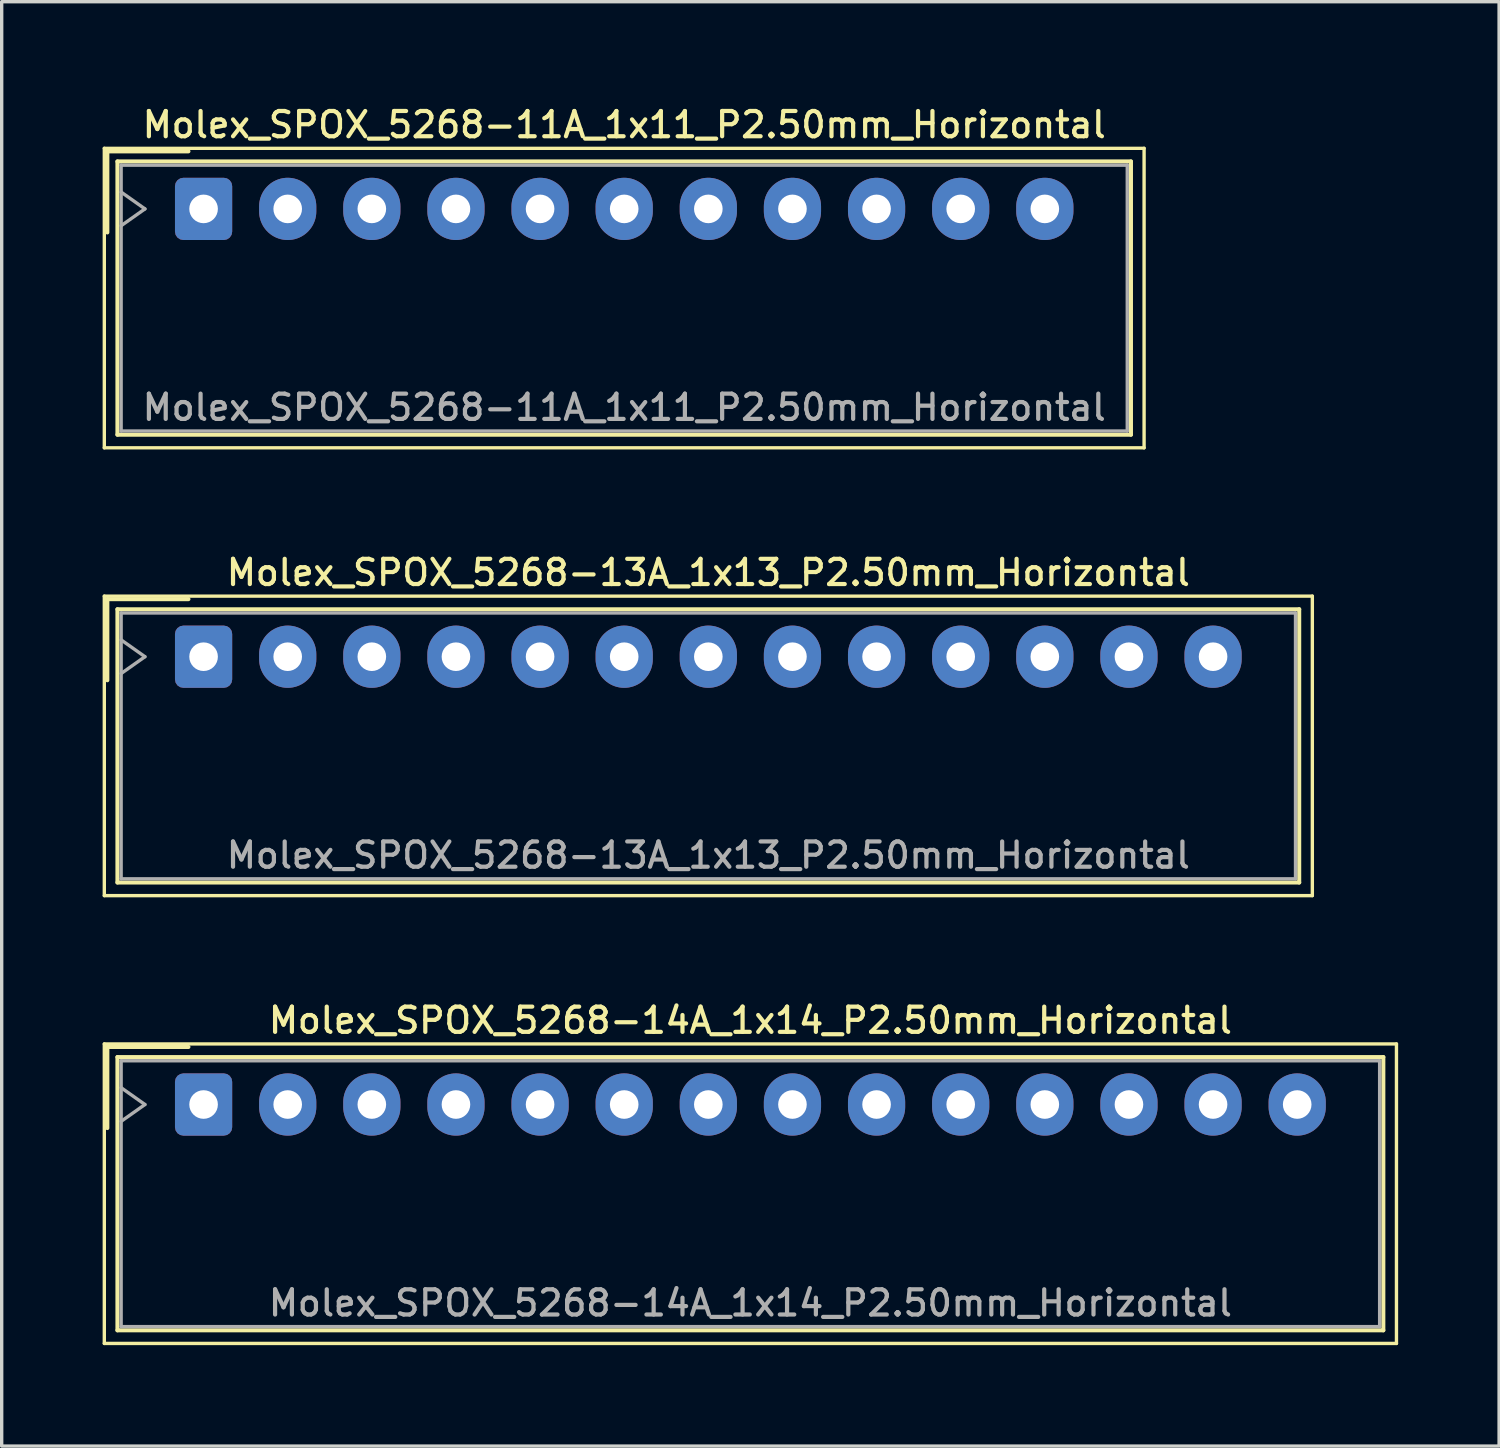
<source format=kicad_pcb>
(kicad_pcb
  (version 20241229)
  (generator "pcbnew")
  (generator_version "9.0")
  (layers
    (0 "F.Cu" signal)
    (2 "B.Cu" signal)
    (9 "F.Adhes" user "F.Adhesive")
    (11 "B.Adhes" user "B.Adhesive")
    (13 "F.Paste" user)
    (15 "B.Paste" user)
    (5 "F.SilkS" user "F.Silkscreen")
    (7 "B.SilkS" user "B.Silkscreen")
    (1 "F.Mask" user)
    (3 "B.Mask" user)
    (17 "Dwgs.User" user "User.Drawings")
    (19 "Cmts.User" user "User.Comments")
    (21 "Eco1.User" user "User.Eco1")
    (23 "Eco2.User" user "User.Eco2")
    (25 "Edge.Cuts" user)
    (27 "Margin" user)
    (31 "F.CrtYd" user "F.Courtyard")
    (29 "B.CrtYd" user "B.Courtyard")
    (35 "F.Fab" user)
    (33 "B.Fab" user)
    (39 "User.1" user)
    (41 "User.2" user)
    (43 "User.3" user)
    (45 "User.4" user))
  (footprint "Molex_SPOX_5268-11A_1x11_P2.50mm_Horizontal"
    (layer "F.Cu")
    (at 3 3.158)
    (property "Reference" "Molex_SPOX_5268-11A_1x11_P2.50mm_Horizontal" (at 12.5 -2.5 0) (layer "F.SilkS") (effects (font (size 0.75 0.75) (thickness 0.125))))
    (attr through_hole)
    (fp_line (start -2.95 -1.8) (end -2.95 7.1) (stroke (width 0.1) (type solid)) (layer "F.SilkS"))
    (fp_line (start -2.95 7.1) (end 27.95 7.1) (stroke (width 0.1) (type solid)) (layer "F.SilkS"))
    (fp_line (start -2.86 -1.71) (end -0.45 -1.71) (stroke (width 0.12) (type solid)) (layer "F.SilkS"))
    (fp_line (start -2.86 0.7) (end -2.86 -1.71) (stroke (width 0.12) (type solid)) (layer "F.SilkS"))
    (fp_line (start -2.56 -1.41) (end -2.56 6.71) (stroke (width 0.12) (type solid)) (layer "F.SilkS"))
    (fp_line (start -2.56 6.71) (end 27.56 6.71) (stroke (width 0.12) (type solid)) (layer "F.SilkS"))
    (fp_line (start 27.56 -1.41) (end -2.56 -1.41) (stroke (width 0.12) (type solid)) (layer "F.SilkS"))
    (fp_line (start 27.56 6.71) (end 27.56 -1.41) (stroke (width 0.12) (type solid)) (layer "F.SilkS"))
    (fp_line (start 27.95 -1.8) (end -2.95 -1.8) (stroke (width 0.1) (type solid)) (layer "F.SilkS"))
    (fp_line (start 27.95 7.1) (end 27.95 -1.8) (stroke (width 0.1) (type solid)) (layer "F.SilkS"))
    (fp_line (start -2.45 -1.3) (end -2.45 6.6) (stroke (width 0.1) (type solid)) (layer "F.Fab"))
    (fp_line (start -2.45 0.5) (end -1.743 0) (stroke (width 0.1) (type solid)) (layer "F.Fab"))
    (fp_line (start -2.45 6.6) (end 27.45 6.6) (stroke (width 0.1) (type solid)) (layer "F.Fab"))
    (fp_line (start -1.743 0) (end -2.45 -0.5) (stroke (width 0.1) (type solid)) (layer "F.Fab"))
    (fp_line (start 27.45 -1.3) (end -2.45 -1.3) (stroke (width 0.1) (type solid)) (layer "F.Fab"))
    (fp_line (start 27.45 6.6) (end 27.45 -1.3) (stroke (width 0.1) (type solid)) (layer "F.Fab"))
    (fp_text user "${REFERENCE}" (at 12.5 5.9 0) (layer "F.Fab") (effects (font (size 0.75 0.75) (thickness 0.125))))
    (pad "1" thru_hole roundrect (at 0 0) (size 1.7 1.85) (drill 0.85) (layers "*.Cu" "*.Mask") (roundrect_rratio 0.147))
    (pad "2" thru_hole oval (at 2.5 0) (size 1.7 1.85) (drill 0.85) (layers "*.Cu" "*.Mask"))
    (pad "3" thru_hole oval (at 5 0) (size 1.7 1.85) (drill 0.85) (layers "*.Cu" "*.Mask"))
    (pad "4" thru_hole oval (at 7.5 0) (size 1.7 1.85) (drill 0.85) (layers "*.Cu" "*.Mask"))
    (pad "5" thru_hole oval (at 10 0) (size 1.7 1.85) (drill 0.85) (layers "*.Cu" "*.Mask"))
    (pad "6" thru_hole oval (at 12.5 0) (size 1.7 1.85) (drill 0.85) (layers "*.Cu" "*.Mask"))
    (pad "7" thru_hole oval (at 15 0) (size 1.7 1.85) (drill 0.85) (layers "*.Cu" "*.Mask"))
    (pad "8" thru_hole oval (at 17.5 0) (size 1.7 1.85) (drill 0.85) (layers "*.Cu" "*.Mask"))
    (pad "9" thru_hole oval (at 20 0) (size 1.7 1.85) (drill 0.85) (layers "*.Cu" "*.Mask"))
    (pad "10" thru_hole oval (at 22.5 0) (size 1.7 1.85) (drill 0.85) (layers "*.Cu" "*.Mask"))
    (pad "11" thru_hole oval (at 25 0) (size 1.7 1.85) (drill 0.85) (layers "*.Cu" "*.Mask")))
  (footprint "Molex_SPOX_5268-13A_1x13_P2.50mm_Horizontal"
    (layer "F.Cu")
    (at 3 16.466)
    (property "Reference" "Molex_SPOX_5268-13A_1x13_P2.50mm_Horizontal" (at 15 -2.5 0) (layer "F.SilkS") (effects (font (size 0.75 0.75) (thickness 0.125))))
    (attr through_hole)
    (fp_line (start -2.95 -1.8) (end -2.95 7.1) (stroke (width 0.1) (type solid)) (layer "F.SilkS"))
    (fp_line (start -2.95 7.1) (end 32.95 7.1) (stroke (width 0.1) (type solid)) (layer "F.SilkS"))
    (fp_line (start -2.86 -1.71) (end -0.45 -1.71) (stroke (width 0.12) (type solid)) (layer "F.SilkS"))
    (fp_line (start -2.86 0.7) (end -2.86 -1.71) (stroke (width 0.12) (type solid)) (layer "F.SilkS"))
    (fp_line (start -2.56 -1.41) (end -2.56 6.71) (stroke (width 0.12) (type solid)) (layer "F.SilkS"))
    (fp_line (start -2.56 6.71) (end 32.56 6.71) (stroke (width 0.12) (type solid)) (layer "F.SilkS"))
    (fp_line (start 32.56 -1.41) (end -2.56 -1.41) (stroke (width 0.12) (type solid)) (layer "F.SilkS"))
    (fp_line (start 32.56 6.71) (end 32.56 -1.41) (stroke (width 0.12) (type solid)) (layer "F.SilkS"))
    (fp_line (start 32.95 -1.8) (end -2.95 -1.8) (stroke (width 0.1) (type solid)) (layer "F.SilkS"))
    (fp_line (start 32.95 7.1) (end 32.95 -1.8) (stroke (width 0.1) (type solid)) (layer "F.SilkS"))
    (fp_line (start -2.45 -1.3) (end -2.45 6.6) (stroke (width 0.1) (type solid)) (layer "F.Fab"))
    (fp_line (start -2.45 0.5) (end -1.743 0) (stroke (width 0.1) (type solid)) (layer "F.Fab"))
    (fp_line (start -2.45 6.6) (end 32.45 6.6) (stroke (width 0.1) (type solid)) (layer "F.Fab"))
    (fp_line (start -1.743 0) (end -2.45 -0.5) (stroke (width 0.1) (type solid)) (layer "F.Fab"))
    (fp_line (start 32.45 -1.3) (end -2.45 -1.3) (stroke (width 0.1) (type solid)) (layer "F.Fab"))
    (fp_line (start 32.45 6.6) (end 32.45 -1.3) (stroke (width 0.1) (type solid)) (layer "F.Fab"))
    (fp_text user "${REFERENCE}" (at 15 5.9 0) (layer "F.Fab") (effects (font (size 0.75 0.75) (thickness 0.125))))
    (pad "1" thru_hole roundrect (at 0 0) (size 1.7 1.85) (drill 0.85) (layers "*.Cu" "*.Mask") (roundrect_rratio 0.147))
    (pad "2" thru_hole oval (at 2.5 0) (size 1.7 1.85) (drill 0.85) (layers "*.Cu" "*.Mask"))
    (pad "3" thru_hole oval (at 5 0) (size 1.7 1.85) (drill 0.85) (layers "*.Cu" "*.Mask"))
    (pad "4" thru_hole oval (at 7.5 0) (size 1.7 1.85) (drill 0.85) (layers "*.Cu" "*.Mask"))
    (pad "5" thru_hole oval (at 10 0) (size 1.7 1.85) (drill 0.85) (layers "*.Cu" "*.Mask"))
    (pad "6" thru_hole oval (at 12.5 0) (size 1.7 1.85) (drill 0.85) (layers "*.Cu" "*.Mask"))
    (pad "7" thru_hole oval (at 15 0) (size 1.7 1.85) (drill 0.85) (layers "*.Cu" "*.Mask"))
    (pad "8" thru_hole oval (at 17.5 0) (size 1.7 1.85) (drill 0.85) (layers "*.Cu" "*.Mask"))
    (pad "9" thru_hole oval (at 20 0) (size 1.7 1.85) (drill 0.85) (layers "*.Cu" "*.Mask"))
    (pad "10" thru_hole oval (at 22.5 0) (size 1.7 1.85) (drill 0.85) (layers "*.Cu" "*.Mask"))
    (pad "11" thru_hole oval (at 25 0) (size 1.7 1.85) (drill 0.85) (layers "*.Cu" "*.Mask"))
    (pad "12" thru_hole oval (at 27.5 0) (size 1.7 1.85) (drill 0.85) (layers "*.Cu" "*.Mask"))
    (pad "13" thru_hole oval (at 30 0) (size 1.7 1.85) (drill 0.85) (layers "*.Cu" "*.Mask")))
  (footprint "Molex_SPOX_5268-14A_1x14_P2.50mm_Horizontal"
    (layer "F.Cu")
    (at 3 29.774)
    (property "Reference" "Molex_SPOX_5268-14A_1x14_P2.50mm_Horizontal" (at 16.25 -2.5 0) (layer "F.SilkS") (effects (font (size 0.75 0.75) (thickness 0.125))))
    (attr through_hole)
    (fp_line (start -2.95 -1.8) (end -2.95 7.1) (stroke (width 0.1) (type solid)) (layer "F.SilkS"))
    (fp_line (start -2.95 7.1) (end 35.45 7.1) (stroke (width 0.1) (type solid)) (layer "F.SilkS"))
    (fp_line (start -2.86 -1.71) (end -0.45 -1.71) (stroke (width 0.12) (type solid)) (layer "F.SilkS"))
    (fp_line (start -2.86 0.7) (end -2.86 -1.71) (stroke (width 0.12) (type solid)) (layer "F.SilkS"))
    (fp_line (start -2.56 -1.41) (end -2.56 6.71) (stroke (width 0.12) (type solid)) (layer "F.SilkS"))
    (fp_line (start -2.56 6.71) (end 35.06 6.71) (stroke (width 0.12) (type solid)) (layer "F.SilkS"))
    (fp_line (start 35.06 -1.41) (end -2.56 -1.41) (stroke (width 0.12) (type solid)) (layer "F.SilkS"))
    (fp_line (start 35.06 6.71) (end 35.06 -1.41) (stroke (width 0.12) (type solid)) (layer "F.SilkS"))
    (fp_line (start 35.45 -1.8) (end -2.95 -1.8) (stroke (width 0.1) (type solid)) (layer "F.SilkS"))
    (fp_line (start 35.45 7.1) (end 35.45 -1.8) (stroke (width 0.1) (type solid)) (layer "F.SilkS"))
    (fp_line (start -2.45 -1.3) (end -2.45 6.6) (stroke (width 0.1) (type solid)) (layer "F.Fab"))
    (fp_line (start -2.45 0.5) (end -1.743 0) (stroke (width 0.1) (type solid)) (layer "F.Fab"))
    (fp_line (start -2.45 6.6) (end 34.95 6.6) (stroke (width 0.1) (type solid)) (layer "F.Fab"))
    (fp_line (start -1.743 0) (end -2.45 -0.5) (stroke (width 0.1) (type solid)) (layer "F.Fab"))
    (fp_line (start 34.95 -1.3) (end -2.45 -1.3) (stroke (width 0.1) (type solid)) (layer "F.Fab"))
    (fp_line (start 34.95 6.6) (end 34.95 -1.3) (stroke (width 0.1) (type solid)) (layer "F.Fab"))
    (fp_text user "${REFERENCE}" (at 16.25 5.9 0) (layer "F.Fab") (effects (font (size 0.75 0.75) (thickness 0.125))))
    (pad "1" thru_hole roundrect (at 0 0) (size 1.7 1.85) (drill 0.85) (layers "*.Cu" "*.Mask") (roundrect_rratio 0.147))
    (pad "2" thru_hole oval (at 2.5 0) (size 1.7 1.85) (drill 0.85) (layers "*.Cu" "*.Mask"))
    (pad "3" thru_hole oval (at 5 0) (size 1.7 1.85) (drill 0.85) (layers "*.Cu" "*.Mask"))
    (pad "4" thru_hole oval (at 7.5 0) (size 1.7 1.85) (drill 0.85) (layers "*.Cu" "*.Mask"))
    (pad "5" thru_hole oval (at 10 0) (size 1.7 1.85) (drill 0.85) (layers "*.Cu" "*.Mask"))
    (pad "6" thru_hole oval (at 12.5 0) (size 1.7 1.85) (drill 0.85) (layers "*.Cu" "*.Mask"))
    (pad "7" thru_hole oval (at 15 0) (size 1.7 1.85) (drill 0.85) (layers "*.Cu" "*.Mask"))
    (pad "8" thru_hole oval (at 17.5 0) (size 1.7 1.85) (drill 0.85) (layers "*.Cu" "*.Mask"))
    (pad "9" thru_hole oval (at 20 0) (size 1.7 1.85) (drill 0.85) (layers "*.Cu" "*.Mask"))
    (pad "10" thru_hole oval (at 22.5 0) (size 1.7 1.85) (drill 0.85) (layers "*.Cu" "*.Mask"))
    (pad "11" thru_hole oval (at 25 0) (size 1.7 1.85) (drill 0.85) (layers "*.Cu" "*.Mask"))
    (pad "12" thru_hole oval (at 27.5 0) (size 1.7 1.85) (drill 0.85) (layers "*.Cu" "*.Mask"))
    (pad "13" thru_hole oval (at 30 0) (size 1.7 1.85) (drill 0.85) (layers "*.Cu" "*.Mask"))
    (pad "14" thru_hole oval (at 32.5 0) (size 1.7 1.85) (drill 0.85) (layers "*.Cu" "*.Mask")))
  (gr_rect
    (start -3 -3)
    (end 41.5 39.924)
    (stroke (width 0.1) (type default))
    (fill no)
    (layer "Edge.Cuts")))
</source>
